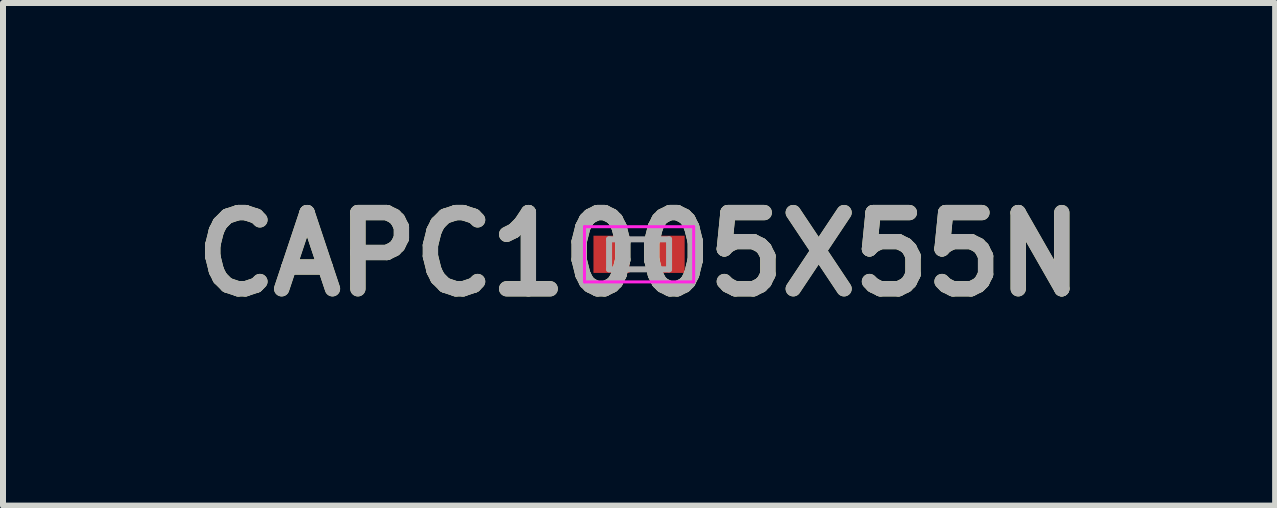
<source format=kicad_pcb>
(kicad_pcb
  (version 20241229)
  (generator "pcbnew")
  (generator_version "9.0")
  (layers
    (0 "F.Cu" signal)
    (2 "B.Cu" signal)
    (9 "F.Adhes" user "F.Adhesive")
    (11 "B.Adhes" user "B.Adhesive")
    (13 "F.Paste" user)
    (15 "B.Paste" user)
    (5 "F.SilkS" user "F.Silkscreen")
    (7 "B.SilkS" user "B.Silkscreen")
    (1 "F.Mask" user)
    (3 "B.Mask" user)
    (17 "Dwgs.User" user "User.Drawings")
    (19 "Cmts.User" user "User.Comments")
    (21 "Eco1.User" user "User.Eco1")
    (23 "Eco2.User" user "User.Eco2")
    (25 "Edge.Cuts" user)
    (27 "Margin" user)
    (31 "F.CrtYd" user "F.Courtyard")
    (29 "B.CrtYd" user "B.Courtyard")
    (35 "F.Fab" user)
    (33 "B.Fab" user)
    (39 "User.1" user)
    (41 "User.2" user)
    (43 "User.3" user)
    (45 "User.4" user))
  (footprint "CAPC1005X55N"
    (layer "F.Cu")
    (at 7.602 1.189)
    (property "Reference" "CAPC1005X55N" (at 0 0 0) (layer "F.SilkS") (effects (font (size 1.27 1.27) (thickness 0.254))))
    (attr smd)
    (fp_line (start -0.91 -0.46) (end 0.91 -0.46) (stroke (width 0.05) (type solid)) (layer "F.CrtYd"))
    (fp_line (start -0.91 0.46) (end -0.91 -0.46) (stroke (width 0.05) (type solid)) (layer "F.CrtYd"))
    (fp_line (start 0.91 -0.46) (end 0.91 0.46) (stroke (width 0.05) (type solid)) (layer "F.CrtYd"))
    (fp_line (start 0.91 0.46) (end -0.91 0.46) (stroke (width 0.05) (type solid)) (layer "F.CrtYd"))
    (fp_line (start -0.5 -0.25) (end 0.5 -0.25) (stroke (width 0.1) (type solid)) (layer "F.Fab"))
    (fp_line (start -0.5 0.25) (end -0.5 -0.25) (stroke (width 0.1) (type solid)) (layer "F.Fab"))
    (fp_line (start 0.5 -0.25) (end 0.5 0.25) (stroke (width 0.1) (type solid)) (layer "F.Fab"))
    (fp_line (start 0.5 0.25) (end -0.5 0.25) (stroke (width 0.1) (type solid)) (layer "F.Fab"))
    (fp_text user "${REFERENCE}" (at 0 0 0) (layer "F.Fab") (effects (font (size 1.27 1.27) (thickness 0.254))))
    (pad "1" smd rect (at -0.46 0) (size 0.6 0.62) (layers "F.Cu" "F.Mask" "F.Paste"))
    (pad "2" smd rect (at 0.46 0) (size 0.6 0.62) (layers "F.Cu" "F.Mask" "F.Paste")))
  (gr_rect
    (start -3 -3)
    (end 18.204 5.377)
    (stroke (width 0.1) (type default))
    (fill no)
    (layer "Edge.Cuts")))
</source>
